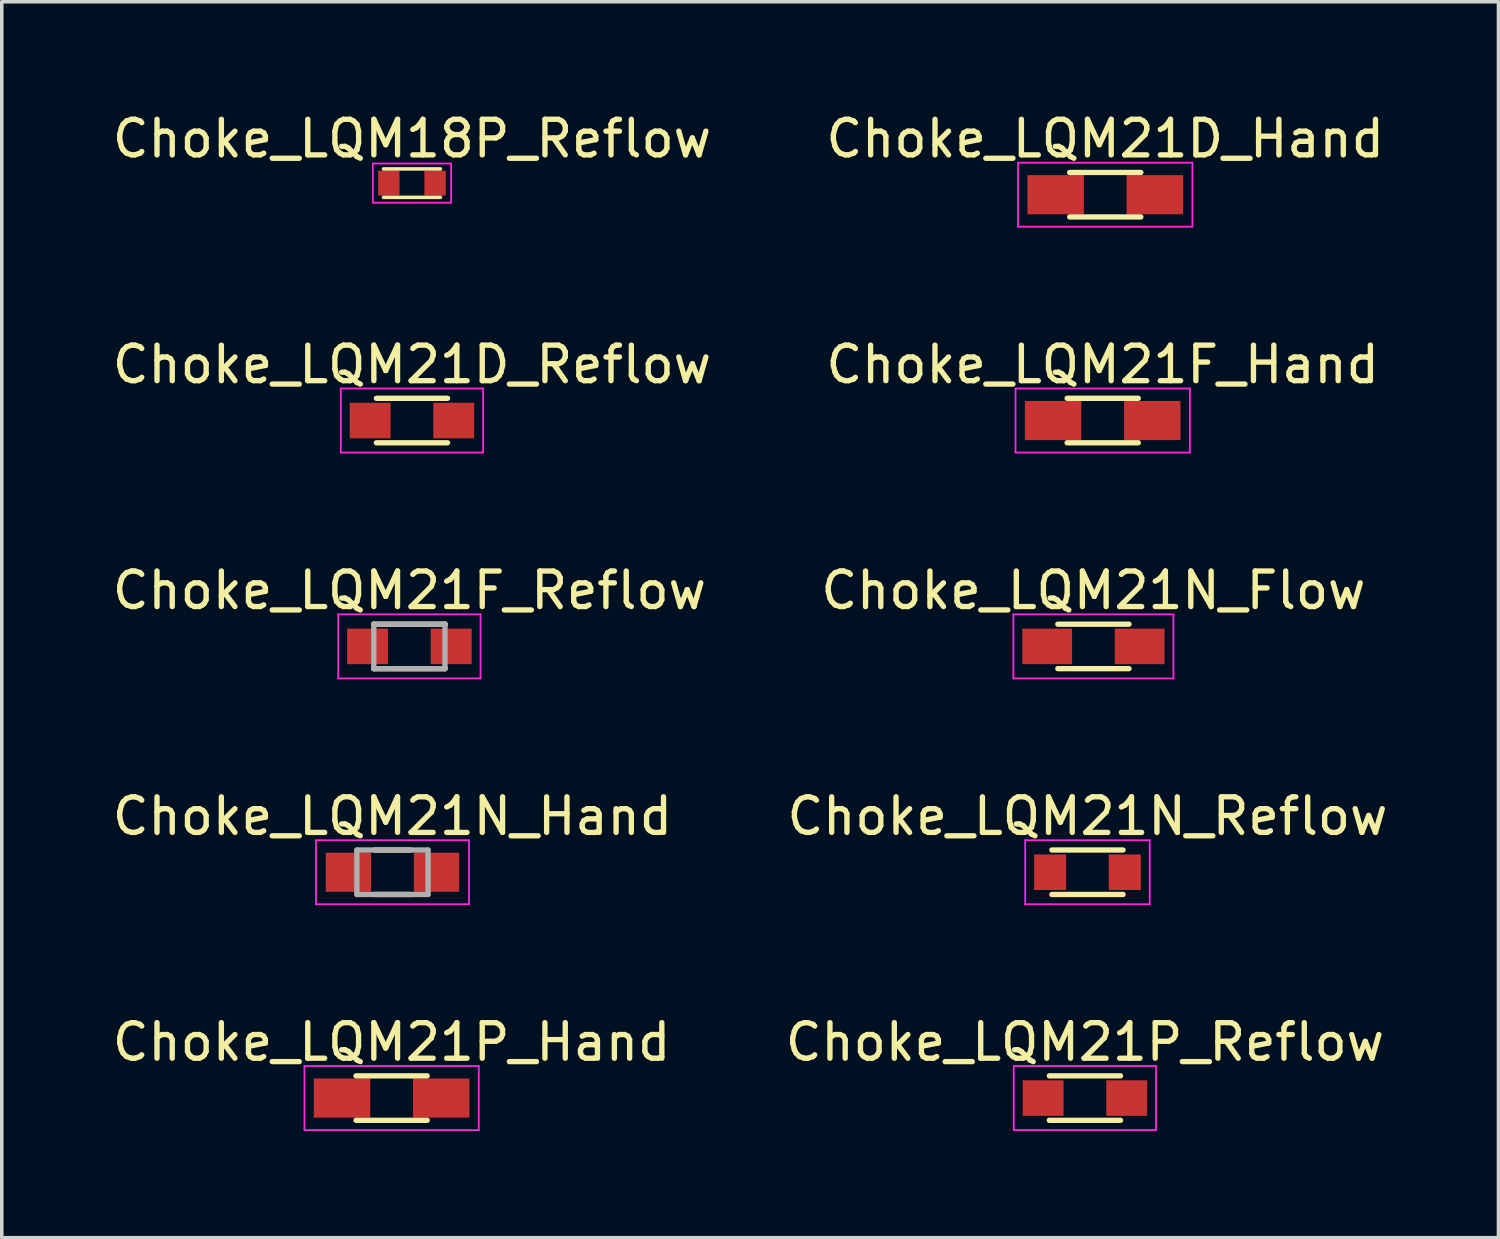
<source format=kicad_pcb>
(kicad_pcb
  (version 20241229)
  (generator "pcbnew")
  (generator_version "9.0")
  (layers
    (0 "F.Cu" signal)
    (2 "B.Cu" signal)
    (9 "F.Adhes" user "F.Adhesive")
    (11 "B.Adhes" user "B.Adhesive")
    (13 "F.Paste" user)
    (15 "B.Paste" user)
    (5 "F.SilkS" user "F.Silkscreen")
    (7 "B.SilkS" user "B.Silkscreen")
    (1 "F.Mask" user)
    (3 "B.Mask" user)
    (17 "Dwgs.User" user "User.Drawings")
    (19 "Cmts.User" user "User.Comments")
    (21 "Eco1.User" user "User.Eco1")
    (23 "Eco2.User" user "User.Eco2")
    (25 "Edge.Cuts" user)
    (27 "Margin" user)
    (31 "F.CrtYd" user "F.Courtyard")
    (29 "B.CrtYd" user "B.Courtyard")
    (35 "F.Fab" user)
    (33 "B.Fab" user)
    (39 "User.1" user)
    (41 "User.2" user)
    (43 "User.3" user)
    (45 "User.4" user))
  (footprint "Choke_LQM21P_Reflow"
    (layer "F.Cu")
    (at 27.446 27.816)
    (property "Reference" "Choke_LQM21P_Reflow" (at 0 -1.575 0) (layer "F.SilkS") (effects (font (size 1 1) (thickness 0.15))))
    (attr smd)
    (fp_line (start -1 -0.625) (end 1 -0.625) (stroke (width 0.15) (type solid)) (layer "F.SilkS"))
    (fp_line (start -1 0.625) (end 1 0.625) (stroke (width 0.15) (type solid)) (layer "F.SilkS"))
    (fp_line (start -2 -0.9) (end -2 0.9) (stroke (width 0.05) (type solid)) (layer "F.CrtYd"))
    (fp_line (start -2 -0.9) (end 2 -0.9) (stroke (width 0.05) (type solid)) (layer "F.CrtYd"))
    (fp_line (start -2 0.9) (end 2 0.9) (stroke (width 0.05) (type solid)) (layer "F.CrtYd"))
    (fp_line (start 2 -0.9) (end 2 0.9) (stroke (width 0.05) (type solid)) (layer "F.CrtYd"))
    (pad "1" smd rect (at -1.175 0) (size 1.15 1) (layers "F.Cu" "F.Mask" "F.Paste"))
    (pad "2" smd rect (at 1.175 0) (size 1.15 1) (layers "F.Cu" "F.Mask" "F.Paste")))
  (footprint "Choke_LQM21F_Reflow"
    (layer "F.Cu")
    (at 8.458 15.12)
    (property "Reference" "Choke_LQM21F_Reflow" (at 0 -1.575 0) (layer "F.SilkS") (effects (font (size 1 1) (thickness 0.15))))
    (attr smd)
    (fp_line (start -1 -0.625) (end -1 -0.6) (stroke (width 0.15) (type solid)) (layer "F.SilkS"))
    (fp_line (start -1 -0.625) (end 1 -0.625) (stroke (width 0.15) (type solid)) (layer "F.SilkS"))
    (fp_line (start -1 0.6) (end -1 0.625) (stroke (width 0.15) (type solid)) (layer "F.SilkS"))
    (fp_line (start -1 0.625) (end 1 0.625) (stroke (width 0.15) (type solid)) (layer "F.SilkS"))
    (fp_line (start 1 -0.625) (end 1 -0.6) (stroke (width 0.15) (type solid)) (layer "F.SilkS"))
    (fp_line (start 1 0.6) (end 1 0.625) (stroke (width 0.15) (type solid)) (layer "F.SilkS"))
    (fp_line (start -2 -0.9) (end -2 0.9) (stroke (width 0.05) (type solid)) (layer "F.CrtYd"))
    (fp_line (start -2 -0.9) (end 2 -0.9) (stroke (width 0.05) (type solid)) (layer "F.CrtYd"))
    (fp_line (start -2 0.9) (end 2 0.9) (stroke (width 0.05) (type solid)) (layer "F.CrtYd"))
    (fp_line (start 2 -0.9) (end 2 0.9) (stroke (width 0.05) (type solid)) (layer "F.CrtYd"))
    (fp_line (start -1 -0.625) (end -1 0.625) (stroke (width 0.15) (type solid)) (layer "F.Fab"))
    (fp_line (start -1 -0.625) (end 1 -0.625) (stroke (width 0.15) (type solid)) (layer "F.Fab"))
    (fp_line (start -1 0.625) (end 1 0.625) (stroke (width 0.15) (type solid)) (layer "F.Fab"))
    (fp_line (start 1 -0.625) (end 1 0.625) (stroke (width 0.15) (type solid)) (layer "F.Fab"))
    (pad "1" smd rect (at -1.175 0) (size 1.15 1) (layers "F.Cu" "F.Mask" "F.Paste"))
    (pad "2" smd rect (at 1.175 0) (size 1.15 1) (layers "F.Cu" "F.Mask" "F.Paste")))
  (footprint "Choke_LQM18P_Reflow"
    (layer "F.Cu")
    (at 8.53 2.098)
    (property "Reference" "Choke_LQM18P_Reflow" (at 0 -1.25 0) (layer "F.SilkS") (effects (font (size 1 1) (thickness 0.15))))
    (attr smd)
    (fp_line (start -0.8 -0.4) (end 0.8 -0.4) (stroke (width 0.1) (type solid)) (layer "F.SilkS"))
    (fp_line (start -0.8 0.4) (end 0.8 0.4) (stroke (width 0.1) (type solid)) (layer "F.SilkS"))
    (fp_line (start -1.1 -0.55) (end -1.1 0.55) (stroke (width 0.05) (type solid)) (layer "F.CrtYd"))
    (fp_line (start -1.1 -0.55) (end 1.1 -0.55) (stroke (width 0.05) (type solid)) (layer "F.CrtYd"))
    (fp_line (start -1.1 0.55) (end 1.1 0.55) (stroke (width 0.05) (type solid)) (layer "F.CrtYd"))
    (fp_line (start 1.1 -0.55) (end 1.1 0.55) (stroke (width 0.05) (type solid)) (layer "F.CrtYd"))
    (pad "1" smd rect (at -0.65 0) (size 0.6 0.7) (layers "F.Cu" "F.Mask" "F.Paste"))
    (pad "2" smd rect (at 0.65 0) (size 0.6 0.7) (layers "F.Cu" "F.Mask" "F.Paste")))
  (footprint "Choke_LQM21F_Hand"
    (layer "F.Cu")
    (at 27.946 8.771)
    (property "Reference" "Choke_LQM21F_Hand" (at 0 -1.575 0) (layer "F.SilkS") (effects (font (size 1 1) (thickness 0.15))))
    (attr smd)
    (fp_line (start -1 -0.625) (end 1 -0.625) (stroke (width 0.15) (type solid)) (layer "F.SilkS"))
    (fp_line (start -1 0.625) (end 1 0.625) (stroke (width 0.15) (type solid)) (layer "F.SilkS"))
    (fp_line (start -2.45 -0.9) (end -2.45 0.9) (stroke (width 0.05) (type solid)) (layer "F.CrtYd"))
    (fp_line (start -2.45 -0.9) (end 2.45 -0.9) (stroke (width 0.05) (type solid)) (layer "F.CrtYd"))
    (fp_line (start -2.45 0.9) (end 2.45 0.9) (stroke (width 0.05) (type solid)) (layer "F.CrtYd"))
    (fp_line (start 2.45 -0.9) (end 2.45 0.9) (stroke (width 0.05) (type solid)) (layer "F.CrtYd"))
    (pad "1" smd rect (at -1.394 0) (size 1.587 1.1) (layers "F.Cu" "F.Mask" "F.Paste"))
    (pad "2" smd rect (at 1.394 0) (size 1.587 1.1) (layers "F.Cu" "F.Mask" "F.Paste")))
  (footprint "Choke_LQM21D_Reflow"
    (layer "F.Cu")
    (at 8.53 8.771)
    (property "Reference" "Choke_LQM21D_Reflow" (at 0 -1.575 0) (layer "F.SilkS") (effects (font (size 1 1) (thickness 0.15))))
    (attr smd)
    (fp_line (start -1 -0.625) (end 1 -0.625) (stroke (width 0.15) (type solid)) (layer "F.SilkS"))
    (fp_line (start -1 0.625) (end 1 0.625) (stroke (width 0.15) (type solid)) (layer "F.SilkS"))
    (fp_line (start -2 -0.9) (end -2 0.9) (stroke (width 0.05) (type solid)) (layer "F.CrtYd"))
    (fp_line (start -2 -0.9) (end 2 -0.9) (stroke (width 0.05) (type solid)) (layer "F.CrtYd"))
    (fp_line (start -2 0.9) (end 2 0.9) (stroke (width 0.05) (type solid)) (layer "F.CrtYd"))
    (fp_line (start 2 -0.9) (end 2 0.9) (stroke (width 0.05) (type solid)) (layer "F.CrtYd"))
    (pad "1" smd rect (at -1.175 0) (size 1.15 1) (layers "F.Cu" "F.Mask" "F.Paste"))
    (pad "2" smd rect (at 1.175 0) (size 1.15 1) (layers "F.Cu" "F.Mask" "F.Paste")))
  (footprint "Choke_LQM21N_Hand"
    (layer "F.Cu")
    (at 7.982 21.468)
    (property "Reference" "Choke_LQM21N_Hand" (at 0 -1.575 0) (layer "F.SilkS") (effects (font (size 1 1) (thickness 0.15))))
    (attr smd)
    (fp_line (start -0.5 -0.625) (end 0.5 -0.625) (stroke (width 0.15) (type solid)) (layer "F.SilkS"))
    (fp_line (start -0.5 0.625) (end 0.5 0.625) (stroke (width 0.15) (type solid)) (layer "F.SilkS"))
    (fp_line (start -2.15 -0.9) (end -2.15 0.9) (stroke (width 0.05) (type solid)) (layer "F.CrtYd"))
    (fp_line (start -2.15 -0.9) (end 2.15 -0.9) (stroke (width 0.05) (type solid)) (layer "F.CrtYd"))
    (fp_line (start -2.15 0.9) (end 2.15 0.9) (stroke (width 0.05) (type solid)) (layer "F.CrtYd"))
    (fp_line (start 2.15 -0.9) (end 2.15 0.9) (stroke (width 0.05) (type solid)) (layer "F.CrtYd"))
    (fp_line (start -1 -0.625) (end -1 0.625) (stroke (width 0.15) (type solid)) (layer "F.Fab"))
    (fp_line (start -1 -0.625) (end 1 -0.625) (stroke (width 0.15) (type solid)) (layer "F.Fab"))
    (fp_line (start -1 0.625) (end 1 0.625) (stroke (width 0.15) (type solid)) (layer "F.Fab"))
    (fp_line (start 1 -0.625) (end 1 0.625) (stroke (width 0.15) (type solid)) (layer "F.Fab"))
    (pad "1" smd rect (at -1.238 0) (size 1.275 1.1) (layers "F.Cu" "F.Mask" "F.Paste"))
    (pad "2" smd rect (at 1.238 0) (size 1.275 1.1) (layers "F.Cu" "F.Mask" "F.Paste")))
  (footprint "Choke_LQM21D_Hand"
    (layer "F.Cu")
    (at 28.018 2.423)
    (property "Reference" "Choke_LQM21D_Hand" (at 0 -1.575 0) (layer "F.SilkS") (effects (font (size 1 1) (thickness 0.15))))
    (attr smd)
    (fp_line (start -1 -0.625) (end 1 -0.625) (stroke (width 0.15) (type solid)) (layer "F.SilkS"))
    (fp_line (start -1 0.625) (end 1 0.625) (stroke (width 0.15) (type solid)) (layer "F.SilkS"))
    (fp_line (start -2.45 -0.9) (end -2.45 0.9) (stroke (width 0.05) (type solid)) (layer "F.CrtYd"))
    (fp_line (start -2.45 -0.9) (end 2.45 -0.9) (stroke (width 0.05) (type solid)) (layer "F.CrtYd"))
    (fp_line (start -2.45 0.9) (end 2.45 0.9) (stroke (width 0.05) (type solid)) (layer "F.CrtYd"))
    (fp_line (start 2.45 -0.9) (end 2.45 0.9) (stroke (width 0.05) (type solid)) (layer "F.CrtYd"))
    (pad "1" smd rect (at -1.394 0) (size 1.587 1.1) (layers "F.Cu" "F.Mask" "F.Paste"))
    (pad "2" smd rect (at 1.394 0) (size 1.587 1.1) (layers "F.Cu" "F.Mask" "F.Paste")))
  (footprint "Choke_LQM21N_Reflow"
    (layer "F.Cu")
    (at 27.518 21.468)
    (property "Reference" "Choke_LQM21N_Reflow" (at 0 -1.575 0) (layer "F.SilkS") (effects (font (size 1 1) (thickness 0.15))))
    (attr smd)
    (fp_line (start -1 -0.625) (end 1 -0.625) (stroke (width 0.15) (type solid)) (layer "F.SilkS"))
    (fp_line (start -1 0.625) (end 1 0.625) (stroke (width 0.15) (type solid)) (layer "F.SilkS"))
    (fp_line (start -1.75 -0.9) (end -1.75 0.9) (stroke (width 0.05) (type solid)) (layer "F.CrtYd"))
    (fp_line (start -1.75 -0.9) (end 1.75 -0.9) (stroke (width 0.05) (type solid)) (layer "F.CrtYd"))
    (fp_line (start -1.75 0.9) (end 1.75 0.9) (stroke (width 0.05) (type solid)) (layer "F.CrtYd"))
    (fp_line (start 1.75 -0.9) (end 1.75 0.9) (stroke (width 0.05) (type solid)) (layer "F.CrtYd"))
    (pad "1" smd rect (at -1.05 0) (size 0.9 1) (layers "F.Cu" "F.Mask" "F.Paste"))
    (pad "2" smd rect (at 1.05 0) (size 0.9 1) (layers "F.Cu" "F.Mask" "F.Paste")))
  (footprint "Choke_LQM21N_Flow"
    (layer "F.Cu")
    (at 27.685 15.12)
    (property "Reference" "Choke_LQM21N_Flow" (at 0 -1.575 0) (layer "F.SilkS") (effects (font (size 1 1) (thickness 0.15))))
    (attr smd)
    (fp_line (start -1 -0.625) (end 1 -0.625) (stroke (width 0.15) (type solid)) (layer "F.SilkS"))
    (fp_line (start -1 0.625) (end 1 0.625) (stroke (width 0.15) (type solid)) (layer "F.SilkS"))
    (fp_line (start -2.25 -0.9) (end -2.25 0.9) (stroke (width 0.05) (type solid)) (layer "F.CrtYd"))
    (fp_line (start -2.25 -0.9) (end 2.25 -0.9) (stroke (width 0.05) (type solid)) (layer "F.CrtYd"))
    (fp_line (start -2.25 0.9) (end 2.25 0.9) (stroke (width 0.05) (type solid)) (layer "F.CrtYd"))
    (fp_line (start 2.25 -0.9) (end 2.25 0.9) (stroke (width 0.05) (type solid)) (layer "F.CrtYd"))
    (pad "1" smd rect (at -1.3 0) (size 1.4 1) (layers "F.Cu" "F.Mask" "F.Paste"))
    (pad "2" smd rect (at 1.3 0) (size 1.4 1) (layers "F.Cu" "F.Mask" "F.Paste")))
  (footprint "Choke_LQM21P_Hand"
    (layer "F.Cu")
    (at 7.958 27.816)
    (property "Reference" "Choke_LQM21P_Hand" (at 0 -1.575 0) (layer "F.SilkS") (effects (font (size 1 1) (thickness 0.15))))
    (attr smd)
    (fp_line (start -1 -0.625) (end 1 -0.625) (stroke (width 0.15) (type solid)) (layer "F.SilkS"))
    (fp_line (start -1 0.625) (end 1 0.625) (stroke (width 0.15) (type solid)) (layer "F.SilkS"))
    (fp_line (start -2.45 -0.9) (end -2.45 0.9) (stroke (width 0.05) (type solid)) (layer "F.CrtYd"))
    (fp_line (start -2.45 -0.9) (end 2.45 -0.9) (stroke (width 0.05) (type solid)) (layer "F.CrtYd"))
    (fp_line (start -2.45 0.9) (end 2.45 0.9) (stroke (width 0.05) (type solid)) (layer "F.CrtYd"))
    (fp_line (start 2.45 -0.9) (end 2.45 0.9) (stroke (width 0.05) (type solid)) (layer "F.CrtYd"))
    (pad "1" smd rect (at -1.394 0) (size 1.587 1.1) (layers "F.Cu" "F.Mask" "F.Paste"))
    (pad "2" smd rect (at 1.394 0) (size 1.587 1.1) (layers "F.Cu" "F.Mask" "F.Paste")))
  (gr_rect
    (start -3 -3)
    (end 39.071 31.741)
    (stroke (width 0.1) (type default))
    (fill no)
    (layer "Edge.Cuts")))
</source>
